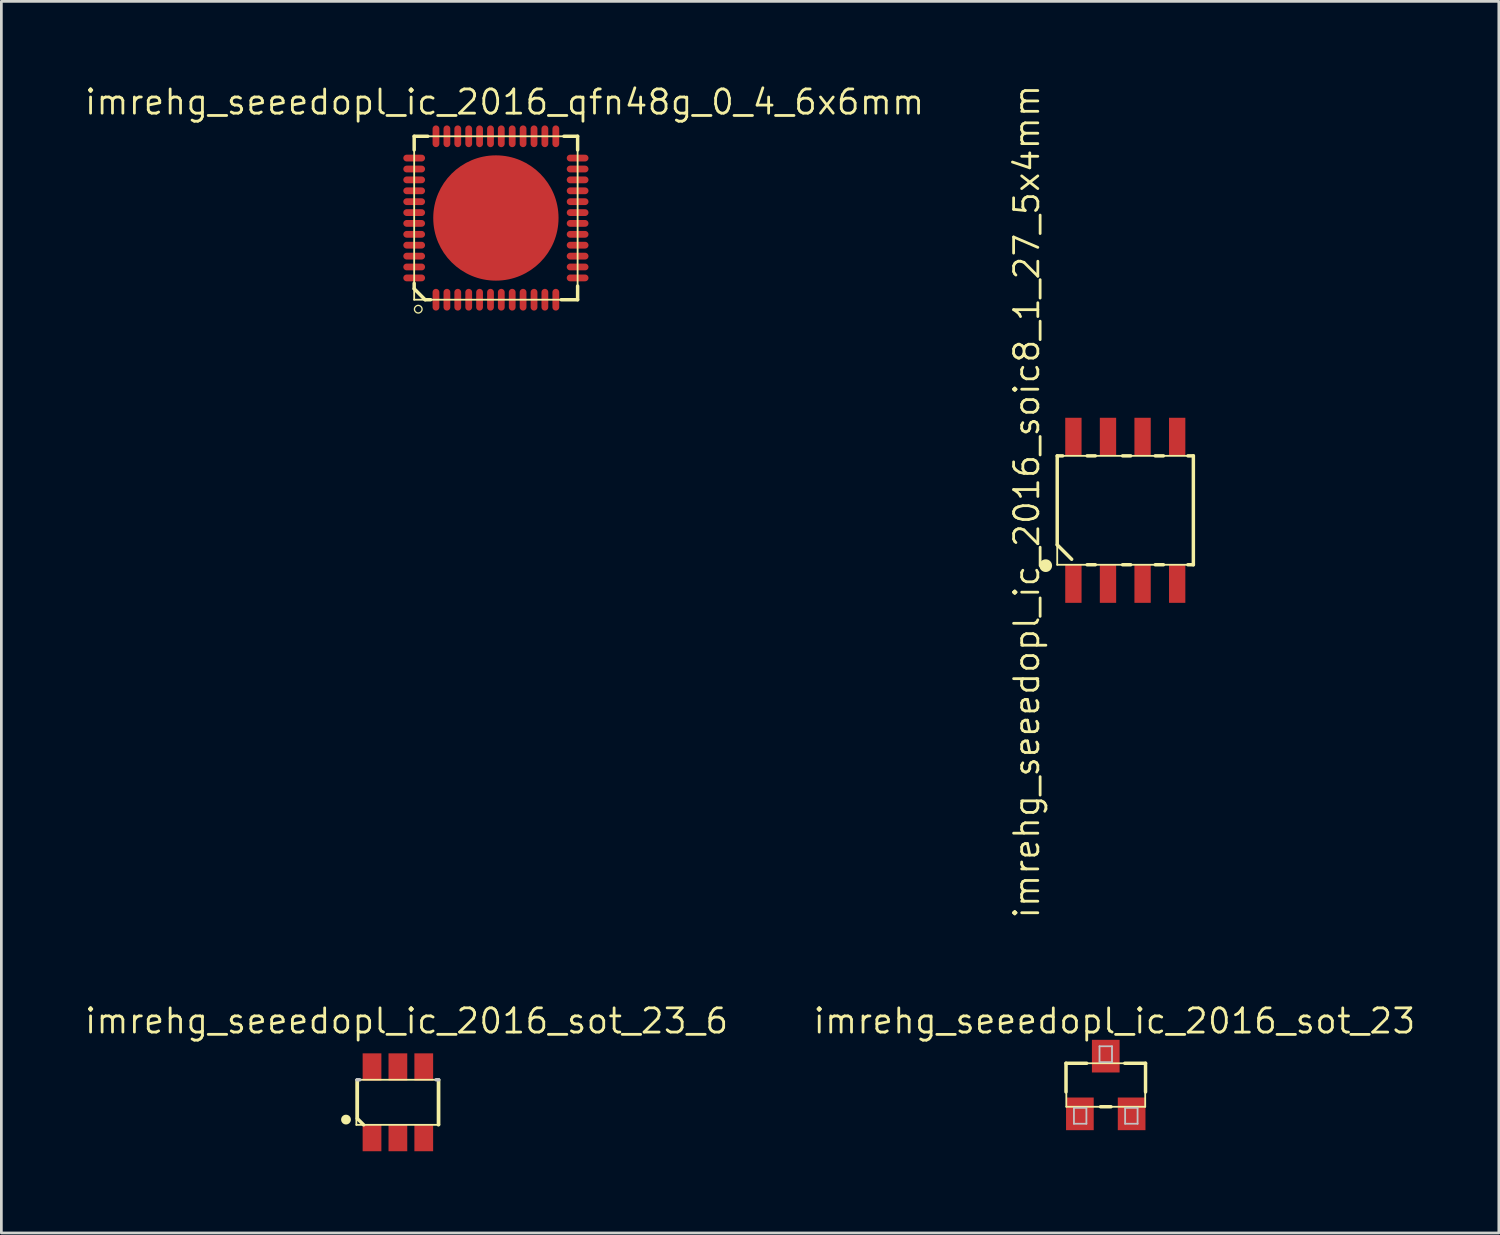
<source format=kicad_pcb>
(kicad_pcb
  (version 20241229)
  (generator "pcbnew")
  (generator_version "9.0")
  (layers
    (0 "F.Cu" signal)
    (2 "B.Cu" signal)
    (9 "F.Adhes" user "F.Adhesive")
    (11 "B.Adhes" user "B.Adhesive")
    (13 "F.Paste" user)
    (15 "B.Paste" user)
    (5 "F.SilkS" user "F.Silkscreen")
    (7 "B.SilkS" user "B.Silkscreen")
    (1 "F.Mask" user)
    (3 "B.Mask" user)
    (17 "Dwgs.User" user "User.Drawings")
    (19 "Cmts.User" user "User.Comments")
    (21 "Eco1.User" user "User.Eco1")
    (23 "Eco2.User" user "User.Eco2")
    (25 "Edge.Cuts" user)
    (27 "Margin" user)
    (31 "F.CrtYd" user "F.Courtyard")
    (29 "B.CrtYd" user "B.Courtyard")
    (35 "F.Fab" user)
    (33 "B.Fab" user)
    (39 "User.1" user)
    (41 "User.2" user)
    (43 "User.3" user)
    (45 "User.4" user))
  (footprint "imrehg_seeedopl_ic_2016_sot_23"
    (layer "F.Cu")
    (at 37.544 36.782)
    (property "Reference" "imrehg_seeedopl_ic_2016_sot_23" (at 0.318 -2.349 0) (layer "F.SilkS") (effects (font (size 0.889 0.889) (thickness 0.102))))
    (attr smd)
    (fp_line (start -1.46 -0.798) (end -1.46 0.254) (stroke (width 0.127) (type solid)) (layer "F.SilkS"))
    (fp_line (start -1.448 -0.798) (end 1.448 -0.798) (stroke (width 0.066) (type solid)) (layer "F.SilkS"))
    (fp_line (start -1.448 0.798) (end -1.448 -0.798) (stroke (width 0.066) (type solid)) (layer "F.SilkS"))
    (fp_line (start -1.448 0.798) (end 1.448 0.798) (stroke (width 0.066) (type solid)) (layer "F.SilkS"))
    (fp_line (start -0.699 -0.798) (end -1.46 -0.798) (stroke (width 0.127) (type solid)) (layer "F.SilkS"))
    (fp_line (start -0.191 0.798) (end 0.191 0.798) (stroke (width 0.127) (type solid)) (layer "F.SilkS"))
    (fp_line (start 1.448 0.798) (end 1.448 -0.798) (stroke (width 0.066) (type solid)) (layer "F.SilkS"))
    (fp_line (start 1.46 -0.798) (end 0.699 -0.798) (stroke (width 0.127) (type solid)) (layer "F.SilkS"))
    (fp_line (start 1.46 0.254) (end 1.46 -0.798) (stroke (width 0.127) (type solid)) (layer "F.SilkS"))
    (fp_line (start -1.168 0.838) (end -0.711 0.838) (stroke (width 0.066) (type solid)) (layer "Dwgs.User"))
    (fp_line (start -1.168 1.422) (end -1.168 0.838) (stroke (width 0.066) (type solid)) (layer "Dwgs.User"))
    (fp_line (start -1.168 1.422) (end -0.711 1.422) (stroke (width 0.066) (type solid)) (layer "Dwgs.User"))
    (fp_line (start -0.711 1.422) (end -0.711 0.838) (stroke (width 0.066) (type solid)) (layer "Dwgs.User"))
    (fp_line (start -0.229 -1.422) (end 0.229 -1.422) (stroke (width 0.066) (type solid)) (layer "Dwgs.User"))
    (fp_line (start -0.229 -0.838) (end -0.229 -1.422) (stroke (width 0.066) (type solid)) (layer "Dwgs.User"))
    (fp_line (start -0.229 -0.838) (end 0.229 -0.838) (stroke (width 0.066) (type solid)) (layer "Dwgs.User"))
    (fp_line (start 0.229 -0.838) (end 0.229 -1.422) (stroke (width 0.066) (type solid)) (layer "Dwgs.User"))
    (fp_line (start 0.711 0.838) (end 1.168 0.838) (stroke (width 0.066) (type solid)) (layer "Dwgs.User"))
    (fp_line (start 0.711 1.422) (end 0.711 0.838) (stroke (width 0.066) (type solid)) (layer "Dwgs.User"))
    (fp_line (start 0.711 1.422) (end 1.168 1.422) (stroke (width 0.066) (type solid)) (layer "Dwgs.User"))
    (fp_line (start 1.168 1.422) (end 1.168 0.838) (stroke (width 0.066) (type solid)) (layer "Dwgs.User"))
    (pad "1" smd rect (at -0.95 1.059 180) (size 1.016 1.199) (layers "F.Cu" "F.Mask" "F.Paste"))
    (pad "2" smd rect (at 0.95 1.059) (size 1.016 1.199) (layers "F.Cu" "F.Mask" "F.Paste"))
    (pad "3" smd rect (at 0 -1.059) (size 1.016 1.199) (layers "F.Cu" "F.Mask" "F.Paste")))
  (footprint "imrehg_seeedopl_ic_2016_qfn48g_0_4_6x6mm"
    (layer "F.Cu")
    (at 15.155 4.953)
    (property "Reference" "imrehg_seeedopl_ic_2016_qfn48g_0_4_6x6mm" (at 0.318 -4.255 0) (layer "F.SilkS") (effects (font (size 0.889 0.889) (thickness 0.102))))
    (attr smd)
    (fp_line (start -3 -3) (end -2.499 -3) (stroke (width 0.127) (type solid)) (layer "F.SilkS"))
    (fp_line (start -3 -3) (end 3 -3) (stroke (width 0.066) (type solid)) (layer "F.SilkS"))
    (fp_line (start -3 -2.499) (end -3 -3) (stroke (width 0.127) (type solid)) (layer "F.SilkS"))
    (fp_line (start -3 2.398) (end -3 2.598) (stroke (width 0.127) (type solid)) (layer "F.SilkS"))
    (fp_line (start -3 3) (end -3 -3) (stroke (width 0.066) (type solid)) (layer "F.SilkS"))
    (fp_line (start -3 3) (end 3 3) (stroke (width 0.066) (type solid)) (layer "F.SilkS"))
    (fp_line (start -2.598 3) (end -3 2.598) (stroke (width 0.127) (type solid)) (layer "F.SilkS"))
    (fp_line (start -2.398 3) (end -2.598 3) (stroke (width 0.127) (type solid)) (layer "F.SilkS"))
    (fp_line (start 2.398 3) (end 3 3) (stroke (width 0.127) (type solid)) (layer "F.SilkS"))
    (fp_line (start 3 -3) (end 2.499 -3) (stroke (width 0.127) (type solid)) (layer "F.SilkS"))
    (fp_line (start 3 -2.499) (end 3 -3) (stroke (width 0.127) (type solid)) (layer "F.SilkS"))
    (fp_line (start 3 3) (end 3 -3) (stroke (width 0.066) (type solid)) (layer "F.SilkS"))
    (fp_line (start 3 3) (end 3 2.499) (stroke (width 0.127) (type solid)) (layer "F.SilkS"))
    (fp_circle (center -2.85 3.348) (end -2.949 3.447) (stroke (width 0.048) (type solid)) (fill no) (layer "F.SilkS"))
    (pad "1" smd oval (at -2.2 3 90) (size 0.798 0.249) (layers "F.Cu" "F.Mask" "F.Paste"))
    (pad "2" smd oval (at -1.798 3 90) (size 0.798 0.249) (layers "F.Cu" "F.Mask" "F.Paste"))
    (pad "3" smd oval (at -1.4 3 90) (size 0.798 0.249) (layers "F.Cu" "F.Mask" "F.Paste"))
    (pad "4" smd oval (at -0.998 3 90) (size 0.798 0.249) (layers "F.Cu" "F.Mask" "F.Paste"))
    (pad "5" smd oval (at -0.599 3 90) (size 0.798 0.249) (layers "F.Cu" "F.Mask" "F.Paste"))
    (pad "6" smd oval (at -0.198 3 90) (size 0.798 0.249) (layers "F.Cu" "F.Mask" "F.Paste"))
    (pad "7" smd oval (at 0.198 3 90) (size 0.798 0.249) (layers "F.Cu" "F.Mask" "F.Paste"))
    (pad "8" smd oval (at 0.599 3 90) (size 0.798 0.249) (layers "F.Cu" "F.Mask" "F.Paste"))
    (pad "9" smd oval (at 0.998 3 90) (size 0.798 0.249) (layers "F.Cu" "F.Mask" "F.Paste"))
    (pad "10" smd oval (at 1.4 3 90) (size 0.798 0.249) (layers "F.Cu" "F.Mask" "F.Paste"))
    (pad "11" smd oval (at 1.798 3 90) (size 0.798 0.249) (layers "F.Cu" "F.Mask" "F.Paste"))
    (pad "12" smd oval (at 2.2 3 90) (size 0.798 0.249) (layers "F.Cu" "F.Mask" "F.Paste"))
    (pad "13" smd oval (at 3 2.2 180) (size 0.798 0.249) (layers "F.Cu" "F.Mask" "F.Paste"))
    (pad "14" smd oval (at 3 1.798 180) (size 0.798 0.249) (layers "F.Cu" "F.Mask" "F.Paste"))
    (pad "15" smd oval (at 3 1.4 180) (size 0.798 0.249) (layers "F.Cu" "F.Mask" "F.Paste"))
    (pad "16" smd oval (at 3 0.998 180) (size 0.798 0.249) (layers "F.Cu" "F.Mask" "F.Paste"))
    (pad "17" smd oval (at 3 0.599 180) (size 0.798 0.249) (layers "F.Cu" "F.Mask" "F.Paste"))
    (pad "18" smd oval (at 3 0.198 180) (size 0.798 0.249) (layers "F.Cu" "F.Mask" "F.Paste"))
    (pad "19" smd oval (at 3 -0.198 180) (size 0.798 0.249) (layers "F.Cu" "F.Mask" "F.Paste"))
    (pad "20" smd oval (at 3 -0.599 180) (size 0.798 0.249) (layers "F.Cu" "F.Mask" "F.Paste"))
    (pad "21" smd oval (at 3 -0.998 180) (size 0.798 0.249) (layers "F.Cu" "F.Mask" "F.Paste"))
    (pad "22" smd oval (at 3 -1.4 180) (size 0.798 0.249) (layers "F.Cu" "F.Mask" "F.Paste"))
    (pad "23" smd oval (at 3 -1.798 180) (size 0.798 0.249) (layers "F.Cu" "F.Mask" "F.Paste"))
    (pad "24" smd oval (at 3 -2.2 180) (size 0.798 0.249) (layers "F.Cu" "F.Mask" "F.Paste"))
    (pad "25" smd oval (at 2.2 -3 270) (size 0.798 0.249) (layers "F.Cu" "F.Mask" "F.Paste"))
    (pad "26" smd oval (at 1.798 -3 270) (size 0.798 0.249) (layers "F.Cu" "F.Mask" "F.Paste"))
    (pad "27" smd oval (at 1.4 -3 270) (size 0.798 0.249) (layers "F.Cu" "F.Mask" "F.Paste"))
    (pad "28" smd oval (at 0.998 -3 270) (size 0.798 0.249) (layers "F.Cu" "F.Mask" "F.Paste"))
    (pad "29" smd oval (at 0.599 -3 270) (size 0.798 0.249) (layers "F.Cu" "F.Mask" "F.Paste"))
    (pad "30" smd oval (at 0.198 -3 270) (size 0.798 0.249) (layers "F.Cu" "F.Mask" "F.Paste"))
    (pad "31" smd oval (at -0.198 -3 270) (size 0.798 0.249) (layers "F.Cu" "F.Mask" "F.Paste"))
    (pad "32" smd oval (at -0.599 -3 270) (size 0.798 0.249) (layers "F.Cu" "F.Mask" "F.Paste"))
    (pad "33" smd oval (at -0.998 -3 270) (size 0.798 0.249) (layers "F.Cu" "F.Mask" "F.Paste"))
    (pad "34" smd oval (at -1.4 -3 270) (size 0.798 0.249) (layers "F.Cu" "F.Mask" "F.Paste"))
    (pad "35" smd oval (at -1.798 -3 270) (size 0.798 0.249) (layers "F.Cu" "F.Mask" "F.Paste"))
    (pad "36" smd oval (at -2.2 -3 270) (size 0.798 0.249) (layers "F.Cu" "F.Mask" "F.Paste"))
    (pad "37" smd oval (at -3 -2.2) (size 0.798 0.249) (layers "F.Cu" "F.Mask" "F.Paste"))
    (pad "38" smd oval (at -3 -1.798) (size 0.798 0.249) (layers "F.Cu" "F.Mask" "F.Paste"))
    (pad "39" smd oval (at -3 -1.4) (size 0.798 0.249) (layers "F.Cu" "F.Mask" "F.Paste"))
    (pad "40" smd oval (at -3 -0.998) (size 0.798 0.249) (layers "F.Cu" "F.Mask" "F.Paste"))
    (pad "41" smd oval (at -3 -0.599) (size 0.798 0.249) (layers "F.Cu" "F.Mask" "F.Paste"))
    (pad "42" smd oval (at -3 -0.198) (size 0.798 0.249) (layers "F.Cu" "F.Mask" "F.Paste"))
    (pad "43" smd oval (at -3 0.198) (size 0.798 0.249) (layers "F.Cu" "F.Mask" "F.Paste"))
    (pad "44" smd oval (at -3 0.599) (size 0.798 0.249) (layers "F.Cu" "F.Mask" "F.Paste"))
    (pad "45" smd oval (at -3 0.998) (size 0.798 0.249) (layers "F.Cu" "F.Mask" "F.Paste"))
    (pad "46" smd oval (at -3 1.4) (size 0.798 0.249) (layers "F.Cu" "F.Mask" "F.Paste"))
    (pad "47" smd oval (at -3 1.798) (size 0.798 0.249) (layers "F.Cu" "F.Mask" "F.Paste"))
    (pad "48" smd oval (at -3 2.2) (size 0.798 0.249) (layers "F.Cu" "F.Mask" "F.Paste"))
    (pad "PAD" smd oval (at 0 0) (size 4.6 4.6) (layers "F.Cu" "F.Mask" "F.Paste")))
  (footprint "imrehg_seeedopl_ic_2016_soic8_1_27_5x4mm"
    (layer "F.Cu")
    (at 38.261 15.684)
    (property "Reference" "imrehg_seeedopl_ic_2016_soic8_1_27_5x4mm" (at -3.617 -0.318 90) (layer "F.SilkS") (effects (font (size 0.889 0.889) (thickness 0.102))))
    (attr smd)
    (fp_line (start -2.499 -1.999) (end -2.299 -1.999) (stroke (width 0.127) (type solid)) (layer "F.SilkS"))
    (fp_line (start -2.499 -1.999) (end 2.499 -1.999) (stroke (width 0.066) (type solid)) (layer "F.SilkS"))
    (fp_line (start -2.499 1.267) (end -2.499 -1.999) (stroke (width 0.127) (type solid)) (layer "F.SilkS"))
    (fp_line (start -2.499 1.999) (end -2.499 -1.999) (stroke (width 0.066) (type solid)) (layer "F.SilkS"))
    (fp_line (start -2.499 1.999) (end 2.499 1.999) (stroke (width 0.066) (type solid)) (layer "F.SilkS"))
    (fp_line (start -1.968 1.798) (end -2.499 1.267) (stroke (width 0.127) (type solid)) (layer "F.SilkS"))
    (fp_line (start -1.4 -1.999) (end -1.1 -1.999) (stroke (width 0.127) (type solid)) (layer "F.SilkS"))
    (fp_line (start -1.4 1.999) (end -1.1 1.999) (stroke (width 0.127) (type solid)) (layer "F.SilkS"))
    (fp_line (start -0.099 -1.999) (end 0.198 -1.999) (stroke (width 0.127) (type solid)) (layer "F.SilkS"))
    (fp_line (start -0.099 1.999) (end 0.198 1.999) (stroke (width 0.127) (type solid)) (layer "F.SilkS"))
    (fp_line (start 1.1 -1.999) (end 1.4 -1.999) (stroke (width 0.127) (type solid)) (layer "F.SilkS"))
    (fp_line (start 1.1 1.999) (end 1.4 1.999) (stroke (width 0.127) (type solid)) (layer "F.SilkS"))
    (fp_line (start 2.299 -1.999) (end 2.499 -1.999) (stroke (width 0.127) (type solid)) (layer "F.SilkS"))
    (fp_line (start 2.299 1.999) (end 2.499 1.999) (stroke (width 0.127) (type solid)) (layer "F.SilkS"))
    (fp_line (start 2.499 -1.999) (end 2.499 1.999) (stroke (width 0.127) (type solid)) (layer "F.SilkS"))
    (fp_line (start 2.499 1.999) (end 2.499 -1.999) (stroke (width 0.066) (type solid)) (layer "F.SilkS"))
    (fp_circle (center -2.921 2.032) (end -3.086 2.197) (stroke (width 0) (type solid)) (fill yes) (layer "F.SilkS"))
    (pad "1" smd rect (at -1.905 2.697 90) (size 1.4 0.599) (layers "F.Cu" "F.Mask" "F.Paste"))
    (pad "2" smd rect (at -0.635 2.697 90) (size 1.4 0.599) (layers "F.Cu" "F.Mask" "F.Paste"))
    (pad "3" smd rect (at 0.635 2.697 90) (size 1.4 0.599) (layers "F.Cu" "F.Mask" "F.Paste"))
    (pad "4" smd rect (at 1.905 2.697 90) (size 1.4 0.599) (layers "F.Cu" "F.Mask" "F.Paste"))
    (pad "5" smd rect (at 1.905 -2.697 90) (size 1.4 0.599) (layers "F.Cu" "F.Mask" "F.Paste"))
    (pad "6" smd rect (at 0.635 -2.697 90) (size 1.4 0.599) (layers "F.Cu" "F.Mask" "F.Paste"))
    (pad "7" smd rect (at -0.635 -2.697 90) (size 1.4 0.599) (layers "F.Cu" "F.Mask" "F.Paste"))
    (pad "8" smd rect (at -1.905 -2.697 90) (size 1.4 0.599) (layers "F.Cu" "F.Mask" "F.Paste")))
  (footprint "imrehg_seeedopl_ic_2016_sot_23_6"
    (layer "F.Cu")
    (at 11.557 37.417)
    (property "Reference" "imrehg_seeedopl_ic_2016_sot_23_6" (at 0.318 -2.985 0) (layer "F.SilkS") (effects (font (size 0.889 0.889) (thickness 0.102))))
    (attr smd)
    (fp_line (start -1.524 -0.828) (end 1.524 -0.828) (stroke (width 0.066) (type solid)) (layer "F.SilkS"))
    (fp_line (start -1.524 0.828) (end -1.524 -0.828) (stroke (width 0.066) (type solid)) (layer "F.SilkS"))
    (fp_line (start -1.524 0.828) (end 1.524 0.828) (stroke (width 0.066) (type solid)) (layer "F.SilkS"))
    (fp_line (start -1.488 0.599) (end -1.488 -0.828) (stroke (width 0.127) (type solid)) (layer "F.SilkS"))
    (fp_line (start -1.257 0.828) (end -1.488 0.599) (stroke (width 0.127) (type solid)) (layer "F.SilkS"))
    (fp_line (start 1.488 -0.828) (end 1.488 0.828) (stroke (width 0.127) (type solid)) (layer "F.SilkS"))
    (fp_line (start 1.524 0.828) (end 1.524 -0.828) (stroke (width 0.066) (type solid)) (layer "F.SilkS"))
    (fp_circle (center -1.905 0.635) (end -2.032 0.762) (stroke (width 0) (type solid)) (fill yes) (layer "F.SilkS"))
    (fp_line (start -1.499 -0.828) (end -1.4 -0.828) (stroke (width 0.127) (type solid)) (layer "Dwgs.User"))
    (fp_line (start 1.4 -0.828) (end 1.499 -0.828) (stroke (width 0.127) (type solid)) (layer "Dwgs.User"))
    (pad "1" smd rect (at -0.95 1.298 90) (size 0.998 0.688) (layers "F.Cu" "F.Mask" "F.Paste"))
    (pad "2" smd rect (at 0 1.298 90) (size 0.998 0.688) (layers "F.Cu" "F.Mask" "F.Paste"))
    (pad "3" smd rect (at 0.95 1.298 90) (size 0.998 0.688) (layers "F.Cu" "F.Mask" "F.Paste"))
    (pad "4" smd rect (at 0.95 -1.298 90) (size 0.998 0.688) (layers "F.Cu" "F.Mask" "F.Paste"))
    (pad "5" smd rect (at 0 -1.298 90) (size 0.998 0.688) (layers "F.Cu" "F.Mask" "F.Paste"))
    (pad "6" smd rect (at -0.95 -1.298 90) (size 0.998 0.688) (layers "F.Cu" "F.Mask" "F.Paste")))
  (gr_rect
    (start -3 -3)
    (end 51.974 42.214)
    (stroke (width 0.1) (type default))
    (fill no)
    (layer "Edge.Cuts")))
</source>
